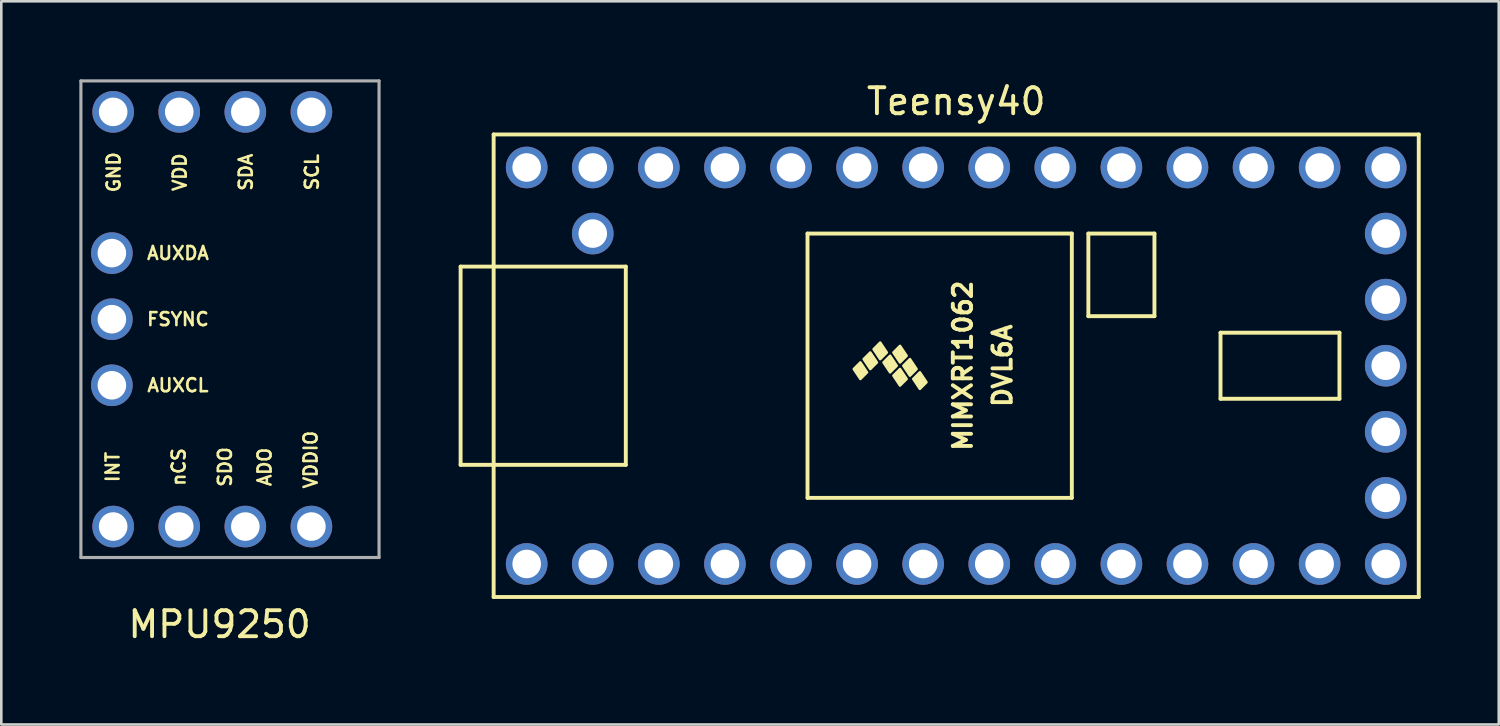
<source format=kicad_pcb>
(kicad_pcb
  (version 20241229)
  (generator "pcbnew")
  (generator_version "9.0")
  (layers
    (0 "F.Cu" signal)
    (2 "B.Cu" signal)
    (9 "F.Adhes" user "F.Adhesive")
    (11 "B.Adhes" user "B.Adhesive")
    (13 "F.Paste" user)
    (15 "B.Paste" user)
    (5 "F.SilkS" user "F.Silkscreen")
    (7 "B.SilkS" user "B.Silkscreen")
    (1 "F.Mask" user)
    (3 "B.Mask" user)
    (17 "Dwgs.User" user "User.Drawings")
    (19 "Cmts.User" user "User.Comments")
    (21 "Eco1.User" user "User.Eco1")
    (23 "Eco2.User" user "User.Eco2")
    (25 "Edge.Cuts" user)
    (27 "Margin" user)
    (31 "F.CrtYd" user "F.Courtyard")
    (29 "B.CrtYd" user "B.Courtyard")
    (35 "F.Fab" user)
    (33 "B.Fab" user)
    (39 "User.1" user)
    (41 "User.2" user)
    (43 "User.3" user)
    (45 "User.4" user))
  (footprint "Teensy40"
    (layer "F.Cu")
    (at 33.705 11.008)
    (property "Reference" "Teensy40" (at 0 -10.16 0) (layer "F.SilkS") (effects (font (size 1 1) (thickness 0.15))))
    (attr through_hole)
    (fp_line (start -19.05 -3.81) (end -17.78 -3.81) (stroke (width 0.15) (type solid)) (layer "F.SilkS"))
    (fp_line (start -19.05 3.81) (end -19.05 -3.81) (stroke (width 0.15) (type solid)) (layer "F.SilkS"))
    (fp_line (start -17.78 -8.89) (end 17.78 -8.89) (stroke (width 0.15) (type solid)) (layer "F.SilkS"))
    (fp_line (start -17.78 3.81) (end -19.05 3.81) (stroke (width 0.15) (type solid)) (layer "F.SilkS"))
    (fp_line (start -17.78 8.89) (end -17.78 -8.89) (stroke (width 0.15) (type solid)) (layer "F.SilkS"))
    (fp_line (start -12.7 -3.81) (end -17.78 -3.81) (stroke (width 0.15) (type solid)) (layer "F.SilkS"))
    (fp_line (start -12.7 3.81) (end -17.78 3.81) (stroke (width 0.15) (type solid)) (layer "F.SilkS"))
    (fp_line (start -12.7 3.81) (end -12.7 -3.81) (stroke (width 0.15) (type solid)) (layer "F.SilkS"))
    (fp_line (start -5.715 -5.08) (end -5.715 5.08) (stroke (width 0.15) (type solid)) (layer "F.SilkS"))
    (fp_line (start 4.445 -5.08) (end -5.715 -5.08) (stroke (width 0.15) (type solid)) (layer "F.SilkS"))
    (fp_line (start 4.445 5.08) (end -5.715 5.08) (stroke (width 0.15) (type solid)) (layer "F.SilkS"))
    (fp_line (start 4.445 5.08) (end 4.445 -5.08) (stroke (width 0.15) (type solid)) (layer "F.SilkS"))
    (fp_line (start 5.08 -5.08) (end 7.62 -5.08) (stroke (width 0.15) (type solid)) (layer "F.SilkS"))
    (fp_line (start 5.08 -1.905) (end 5.08 -5.08) (stroke (width 0.15) (type solid)) (layer "F.SilkS"))
    (fp_line (start 7.62 -5.08) (end 7.62 -1.905) (stroke (width 0.15) (type solid)) (layer "F.SilkS"))
    (fp_line (start 7.62 -1.905) (end 5.08 -1.905) (stroke (width 0.15) (type solid)) (layer "F.SilkS"))
    (fp_line (start 10.16 -1.27) (end 14.732 -1.27) (stroke (width 0.15) (type solid)) (layer "F.SilkS"))
    (fp_line (start 10.16 1.27) (end 10.16 -1.27) (stroke (width 0.15) (type solid)) (layer "F.SilkS"))
    (fp_line (start 14.732 -1.27) (end 14.732 1.27) (stroke (width 0.15) (type solid)) (layer "F.SilkS"))
    (fp_line (start 14.732 1.27) (end 10.16 1.27) (stroke (width 0.15) (type solid)) (layer "F.SilkS"))
    (fp_line (start 17.78 -8.89) (end 17.78 8.89) (stroke (width 0.15) (type solid)) (layer "F.SilkS"))
    (fp_line (start 17.78 8.89) (end -17.78 8.89) (stroke (width 0.15) (type solid)) (layer "F.SilkS"))
    (fp_poly (pts (xy -3.937 0.127) (xy -3.683 -0.127) (xy -3.429 0.254) (xy -3.683 0.508)) (stroke (width 0.1) (type solid)) (fill yes) (layer "F.SilkS"))
    (fp_poly (pts (xy -3.556 -0.254) (xy -3.302 -0.508) (xy -3.048 -0.127) (xy -3.302 0.127)) (stroke (width 0.1) (type solid)) (fill yes) (layer "F.SilkS"))
    (fp_poly (pts (xy -3.175 -0.635) (xy -2.921 -0.889) (xy -2.667 -0.508) (xy -2.921 -0.254)) (stroke (width 0.1) (type solid)) (fill yes) (layer "F.SilkS"))
    (fp_poly (pts (xy -2.794 -0.127) (xy -2.54 -0.381) (xy -2.286 0) (xy -2.54 0.254)) (stroke (width 0.1) (type solid)) (fill yes) (layer "F.SilkS"))
    (fp_poly (pts (xy -2.413 -0.508) (xy -2.159 -0.762) (xy -1.905 -0.381) (xy -2.159 -0.127)) (stroke (width 0.1) (type solid)) (fill yes) (layer "F.SilkS"))
    (fp_poly (pts (xy -2.413 0.381) (xy -2.159 0.127) (xy -1.905 0.508) (xy -2.159 0.762)) (stroke (width 0.1) (type solid)) (fill yes) (layer "F.SilkS"))
    (fp_poly (pts (xy -2.032 0) (xy -1.778 -0.254) (xy -1.524 0.127) (xy -1.778 0.381)) (stroke (width 0.1) (type solid)) (fill yes) (layer "F.SilkS"))
    (fp_poly (pts (xy -1.651 0.508) (xy -1.397 0.254) (xy -1.143 0.635) (xy -1.397 0.889)) (stroke (width 0.1) (type solid)) (fill yes) (layer "F.SilkS"))
    (fp_text user "DVL6A" (at 1.778 0 90) (layer "F.SilkS") (effects (font (size 0.7 0.7) (thickness 0.15))))
    (fp_text user "MIMXRT1062" (at 0.254 0 90) (layer "F.SilkS") (effects (font (size 0.7 0.7) (thickness 0.15))))
    (pad "1" thru_hole circle (at -16.51 7.62) (size 1.6 1.6) (drill 1.1) (layers "*.Cu" "*.Mask"))
    (pad "2" thru_hole circle (at -13.97 7.62) (size 1.6 1.6) (drill 1.1) (layers "*.Cu" "*.Mask"))
    (pad "3" thru_hole circle (at -11.43 7.62) (size 1.6 1.6) (drill 1.1) (layers "*.Cu" "*.Mask"))
    (pad "4" thru_hole circle (at -8.89 7.62) (size 1.6 1.6) (drill 1.1) (layers "*.Cu" "*.Mask"))
    (pad "5" thru_hole circle (at -6.35 7.62) (size 1.6 1.6) (drill 1.1) (layers "*.Cu" "*.Mask"))
    (pad "6" thru_hole circle (at -3.81 7.62) (size 1.6 1.6) (drill 1.1) (layers "*.Cu" "*.Mask"))
    (pad "7" thru_hole circle (at -1.27 7.62) (size 1.6 1.6) (drill 1.1) (layers "*.Cu" "*.Mask"))
    (pad "8" thru_hole circle (at 1.27 7.62) (size 1.6 1.6) (drill 1.1) (layers "*.Cu" "*.Mask"))
    (pad "9" thru_hole circle (at 3.81 7.62) (size 1.6 1.6) (drill 1.1) (layers "*.Cu" "*.Mask"))
    (pad "10" thru_hole circle (at 6.35 7.62) (size 1.6 1.6) (drill 1.1) (layers "*.Cu" "*.Mask"))
    (pad "11" thru_hole circle (at 8.89 7.62) (size 1.6 1.6) (drill 1.1) (layers "*.Cu" "*.Mask"))
    (pad "12" thru_hole circle (at 11.43 7.62) (size 1.6 1.6) (drill 1.1) (layers "*.Cu" "*.Mask"))
    (pad "13" thru_hole circle (at 13.97 7.62) (size 1.6 1.6) (drill 1.1) (layers "*.Cu" "*.Mask"))
    (pad "14" thru_hole circle (at 16.51 7.62) (size 1.6 1.6) (drill 1.1) (layers "*.Cu" "*.Mask"))
    (pad "15" thru_hole circle (at 16.51 5.08) (size 1.6 1.6) (drill 1.1) (layers "*.Cu" "*.Mask"))
    (pad "16" thru_hole circle (at 16.51 2.54) (size 1.6 1.6) (drill 1.1) (layers "*.Cu" "*.Mask"))
    (pad "17" thru_hole circle (at 16.51 0) (size 1.6 1.6) (drill 1.1) (layers "*.Cu" "*.Mask"))
    (pad "18" thru_hole circle (at 16.51 -2.54) (size 1.6 1.6) (drill 1.1) (layers "*.Cu" "*.Mask"))
    (pad "19" thru_hole circle (at 16.51 -5.08) (size 1.6 1.6) (drill 1.1) (layers "*.Cu" "*.Mask"))
    (pad "20" thru_hole circle (at 16.51 -7.62) (size 1.6 1.6) (drill 1.1) (layers "*.Cu" "*.Mask"))
    (pad "21" thru_hole circle (at 13.97 -7.62) (size 1.6 1.6) (drill 1.1) (layers "*.Cu" "*.Mask"))
    (pad "22" thru_hole circle (at 11.43 -7.62) (size 1.6 1.6) (drill 1.1) (layers "*.Cu" "*.Mask"))
    (pad "23" thru_hole circle (at 8.89 -7.62) (size 1.6 1.6) (drill 1.1) (layers "*.Cu" "*.Mask"))
    (pad "24" thru_hole circle (at 6.35 -7.62) (size 1.6 1.6) (drill 1.1) (layers "*.Cu" "*.Mask"))
    (pad "25" thru_hole circle (at 3.81 -7.62) (size 1.6 1.6) (drill 1.1) (layers "*.Cu" "*.Mask"))
    (pad "26" thru_hole circle (at 1.27 -7.62) (size 1.6 1.6) (drill 1.1) (layers "*.Cu" "*.Mask"))
    (pad "27" thru_hole circle (at -1.27 -7.62) (size 1.6 1.6) (drill 1.1) (layers "*.Cu" "*.Mask"))
    (pad "28" thru_hole circle (at -3.81 -7.62) (size 1.6 1.6) (drill 1.1) (layers "*.Cu" "*.Mask"))
    (pad "29" thru_hole circle (at -6.35 -7.62) (size 1.6 1.6) (drill 1.1) (layers "*.Cu" "*.Mask"))
    (pad "30" thru_hole circle (at -8.89 -7.62) (size 1.6 1.6) (drill 1.1) (layers "*.Cu" "*.Mask"))
    (pad "31" thru_hole circle (at -11.43 -7.62) (size 1.6 1.6) (drill 1.1) (layers "*.Cu" "*.Mask"))
    (pad "32" thru_hole circle (at -13.97 -7.62) (size 1.6 1.6) (drill 1.1) (layers "*.Cu" "*.Mask"))
    (pad "33" thru_hole circle (at -16.51 -7.62) (size 1.6 1.6) (drill 1.1) (layers "*.Cu" "*.Mask"))
    (pad "34" thru_hole circle (at -13.97 -5.08) (size 1.6 1.6) (drill 1.1) (layers "*.Cu" "*.Mask")))
  (footprint "MPU9250"
    (layer "F.Cu")
    (at 5.39 9.52)
    (property "Reference" "MPU9250" (at 0 11.43 0) (layer "F.SilkS") (effects (font (size 1 1) (thickness 0.15))))
    (attr through_hole)
    (fp_line (start -5.33 8.86) (end -5.33 -9.46) (stroke (width 0.12) (type solid)) (layer "F.Fab"))
    (fp_line (start 6.13 -9.46) (end -5.33 -9.46) (stroke (width 0.12) (type solid)) (layer "F.Fab"))
    (fp_line (start 6.13 8.86) (end -5.33 8.86) (stroke (width 0.12) (type solid)) (layer "F.Fab"))
    (fp_line (start 6.13 8.86) (end 6.13 -9.46) (stroke (width 0.12) (type solid)) (layer "F.Fab"))
    (fp_text user "FSYNC" (at -1.6 -0.3 0) (layer "F.SilkS") (effects (font (size 0.5 0.5) (thickness 0.1))))
    (fp_text user "AUXDA" (at -1.6 -2.84 0) (layer "F.SilkS") (effects (font (size 0.5 0.5) (thickness 0.1))))
    (fp_text user "ADO" (at 1.732 5.38 90) (layer "F.SilkS") (effects (font (size 0.5 0.5) (thickness 0.1))))
    (fp_text user "SCL" (at 3.55 -5.95 90) (layer "F.SilkS") (effects (font (size 0.5 0.5) (thickness 0.1))))
    (fp_text user "GND" (at -4.07 -5.95 90) (layer "F.SilkS") (effects (font (size 0.5 0.5) (thickness 0.1))))
    (fp_text user "INT" (at -4.11 5.38 90) (layer "F.SilkS") (effects (font (size 0.5 0.5) (thickness 0.1))))
    (fp_text user "VDDIO" (at 3.5 5.1 90) (layer "F.SilkS") (effects (font (size 0.5 0.5) (thickness 0.1))))
    (fp_text user "nCS" (at -1.57 5.38 90) (layer "F.SilkS") (effects (font (size 0.5 0.5) (thickness 0.1))))
    (fp_text user "AUXCL" (at -1.6 2.24 0) (layer "F.SilkS") (effects (font (size 0.5 0.5) (thickness 0.1))))
    (fp_text user "VDD" (at -1.53 -5.95 90) (layer "F.SilkS") (effects (font (size 0.5 0.5) (thickness 0.1))))
    (fp_text user "SDA" (at 1.01 -5.95 90) (layer "F.SilkS") (effects (font (size 0.5 0.5) (thickness 0.1))))
    (fp_text user "SDO" (at 0.208 5.38 90) (layer "F.SilkS") (effects (font (size 0.5 0.5) (thickness 0.1))))
    (pad "1" thru_hole circle (at 3.53 -8.27) (size 1.6 1.6) (drill 1.1) (layers "*.Cu" "*.Mask"))
    (pad "2" thru_hole circle (at 0.99 -8.27) (size 1.6 1.6) (drill 1.1) (layers "*.Cu" "*.Mask"))
    (pad "3" thru_hole circle (at -1.55 -8.27) (size 1.6 1.6) (drill 1.1) (layers "*.Cu" "*.Mask"))
    (pad "4" thru_hole circle (at -4.09 -8.27) (size 1.6 1.6) (drill 1.1) (layers "*.Cu" "*.Mask"))
    (pad "5" thru_hole circle (at 3.53 7.67) (size 1.6 1.6) (drill 1.1) (layers "*.Cu" "*.Mask"))
    (pad "6" thru_hole circle (at 0.99 7.67) (size 1.6 1.6) (drill 1.1) (layers "*.Cu" "*.Mask"))
    (pad "7" thru_hole circle (at -1.55 7.67) (size 1.6 1.6) (drill 1.1) (layers "*.Cu" "*.Mask"))
    (pad "8" thru_hole circle (at -4.09 7.67) (size 1.6 1.6) (drill 1.1) (layers "*.Cu" "*.Mask"))
    (pad "9" thru_hole circle (at -4.14 -2.84) (size 1.6 1.6) (drill 1.1) (layers "*.Cu" "*.Mask"))
    (pad "10" thru_hole circle (at -4.14 -0.3) (size 1.6 1.6) (drill 1.1) (layers "*.Cu" "*.Mask"))
    (pad "11" thru_hole circle (at -4.14 2.24) (size 1.6 1.6) (drill 1.1) (layers "*.Cu" "*.Mask")))
  (gr_rect
    (start -3 -3)
    (end 54.56 24.798)
    (stroke (width 0.1) (type default))
    (fill no)
    (layer "Edge.Cuts")))
</source>
